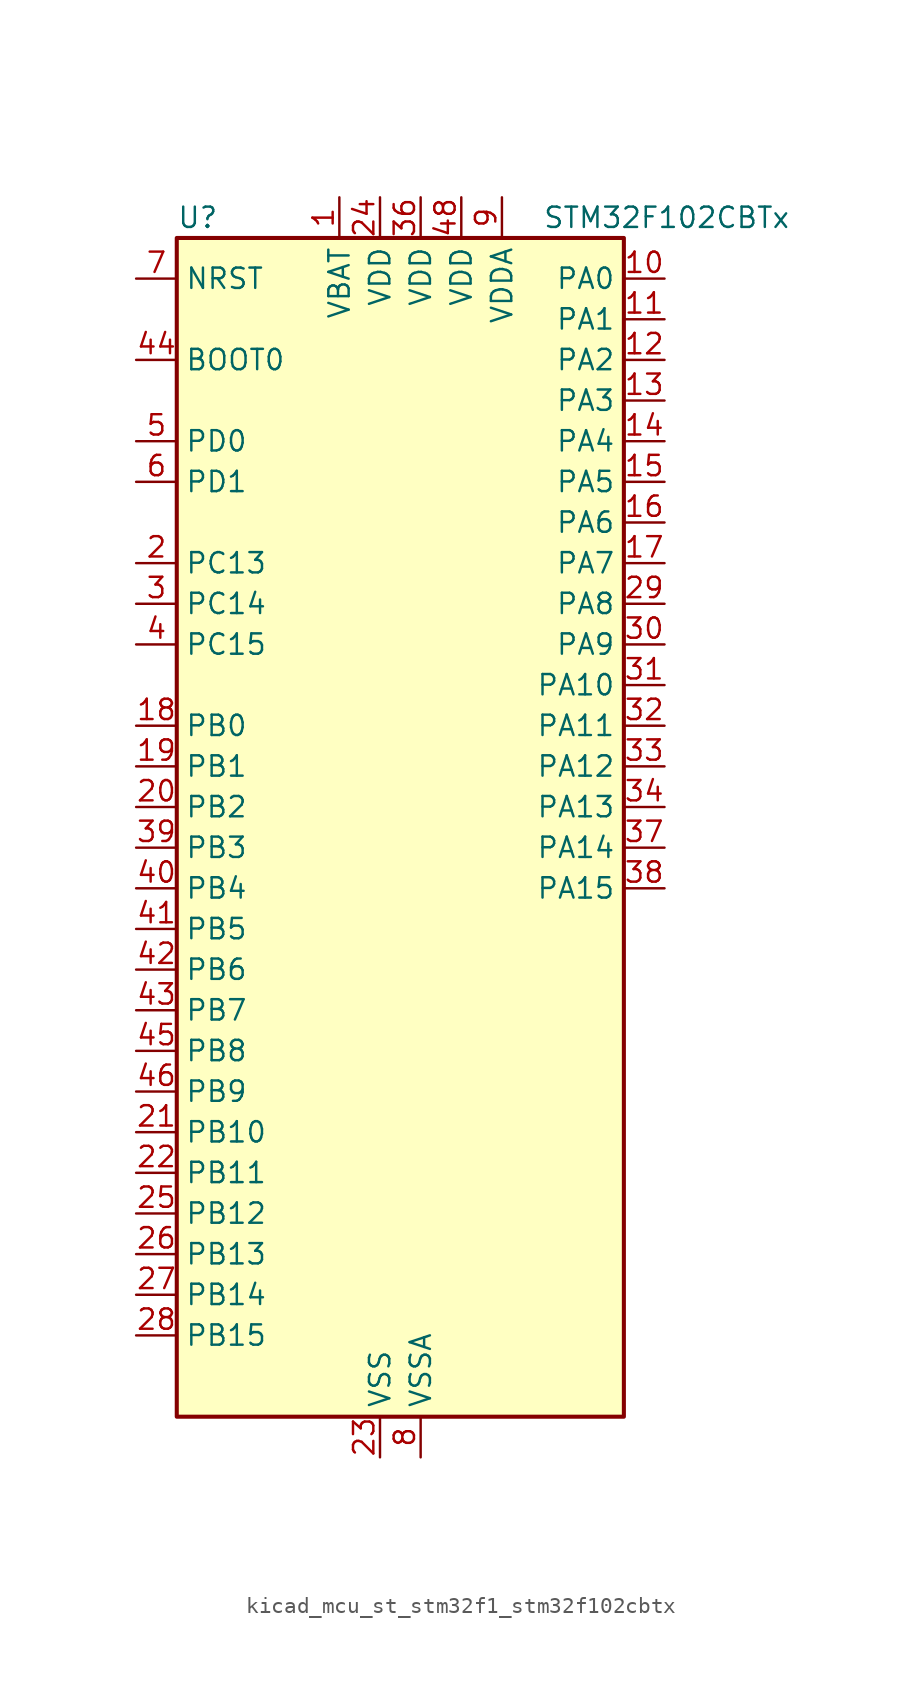
<source format=kicad_sym>
(kicad_symbol_lib
  (version 20220914)
  (generator kicad_symbol_editor)
  (symbol "kicad_mcu_st_stm32f1_stm32f102cbtx"
    (property "Reference" "U"
      (at -12.7 39.37 0)
      (effects (font (size 1.27 1.27)) (justify left)))
    (property "Value" "STM32F102CBTx"
      (at 10.16 39.37 0)
      (effects (font (size 1.27 1.27)) (justify left)))
    (property "ki_locked" ""
      (at 0 0 0)
      (effects (font (size 1.27 1.27))))
    (symbol "kicad_mcu_st_stm32f1_stm32f102cbtx_0_1"
      (rectangle (start -12.7 -35.56) (end 15.24 38.1) (stroke (width 0.254) (type default)) (fill (type background))))
    (symbol "kicad_mcu_st_stm32f1_stm32f102cbtx_1_1"
      (pin power_in line (at -2.54 40.64 270) (length 2.54) (name "VBAT" (effects (font (size 1.27 1.27)))) (number "1" (effects (font (size 1.27 1.27)))))
      (pin bidirectional line (at 17.78 35.56 180) (length 2.54) (name "PA0" (effects (font (size 1.27 1.27)))) (number "10" (effects (font (size 1.27 1.27)))) (alternate "ADC1_IN0" bidirectional line) (alternate "SYS_WKUP" bidirectional line) (alternate "TIM2_CH1" bidirectional line) (alternate "TIM2_ETR" bidirectional line) (alternate "USART2_CTS" bidirectional line))
      (pin bidirectional line (at 17.78 33.02 180) (length 2.54) (name "PA1" (effects (font (size 1.27 1.27)))) (number "11" (effects (font (size 1.27 1.27)))) (alternate "ADC1_IN1" bidirectional line) (alternate "TIM2_CH2" bidirectional line) (alternate "USART2_RTS" bidirectional line))
      (pin bidirectional line (at 17.78 30.48 180) (length 2.54) (name "PA2" (effects (font (size 1.27 1.27)))) (number "12" (effects (font (size 1.27 1.27)))) (alternate "ADC1_IN2" bidirectional line) (alternate "TIM2_CH3" bidirectional line) (alternate "USART2_TX" bidirectional line))
      (pin bidirectional line (at 17.78 27.94 180) (length 2.54) (name "PA3" (effects (font (size 1.27 1.27)))) (number "13" (effects (font (size 1.27 1.27)))) (alternate "ADC1_IN3" bidirectional line) (alternate "TIM2_CH4" bidirectional line) (alternate "USART2_RX" bidirectional line))
      (pin bidirectional line (at 17.78 25.4 180) (length 2.54) (name "PA4" (effects (font (size 1.27 1.27)))) (number "14" (effects (font (size 1.27 1.27)))) (alternate "ADC1_IN4" bidirectional line) (alternate "SPI1_NSS" bidirectional line) (alternate "USART2_CK" bidirectional line))
      (pin bidirectional line (at 17.78 22.86 180) (length 2.54) (name "PA5" (effects (font (size 1.27 1.27)))) (number "15" (effects (font (size 1.27 1.27)))) (alternate "ADC1_IN5" bidirectional line) (alternate "SPI1_SCK" bidirectional line))
      (pin bidirectional line (at 17.78 20.32 180) (length 2.54) (name "PA6" (effects (font (size 1.27 1.27)))) (number "16" (effects (font (size 1.27 1.27)))) (alternate "ADC1_IN6" bidirectional line) (alternate "SPI1_MISO" bidirectional line) (alternate "TIM3_CH1" bidirectional line))
      (pin bidirectional line (at 17.78 17.78 180) (length 2.54) (name "PA7" (effects (font (size 1.27 1.27)))) (number "17" (effects (font (size 1.27 1.27)))) (alternate "ADC1_IN7" bidirectional line) (alternate "SPI1_MOSI" bidirectional line) (alternate "TIM3_CH2" bidirectional line))
      (pin bidirectional line (at -15.24 7.62 0) (length 2.54) (name "PB0" (effects (font (size 1.27 1.27)))) (number "18" (effects (font (size 1.27 1.27)))) (alternate "ADC1_IN8" bidirectional line) (alternate "TIM3_CH3" bidirectional line))
      (pin bidirectional line (at -15.24 5.08 0) (length 2.54) (name "PB1" (effects (font (size 1.27 1.27)))) (number "19" (effects (font (size 1.27 1.27)))) (alternate "ADC1_IN9" bidirectional line) (alternate "TIM3_CH4" bidirectional line))
      (pin bidirectional line (at -15.24 17.78 0) (length 2.54) (name "PC13" (effects (font (size 1.27 1.27)))) (number "2" (effects (font (size 1.27 1.27)))) (alternate "RTC_OUT" bidirectional line) (alternate "RTC_TAMPER" bidirectional line))
      (pin bidirectional line (at -15.24 2.54 0) (length 2.54) (name "PB2" (effects (font (size 1.27 1.27)))) (number "20" (effects (font (size 1.27 1.27)))))
      (pin bidirectional line (at -15.24 -17.78 0) (length 2.54) (name "PB10" (effects (font (size 1.27 1.27)))) (number "21" (effects (font (size 1.27 1.27)))) (alternate "I2C2_SCL" bidirectional line) (alternate "TIM2_CH3" bidirectional line) (alternate "USART3_TX" bidirectional line))
      (pin bidirectional line (at -15.24 -20.32 0) (length 2.54) (name "PB11" (effects (font (size 1.27 1.27)))) (number "22" (effects (font (size 1.27 1.27)))) (alternate "ADC1_EXTI11" bidirectional line) (alternate "I2C2_SDA" bidirectional line) (alternate "TIM2_CH4" bidirectional line) (alternate "USART3_RX" bidirectional line))
      (pin power_in line (at 0 -38.1 90) (length 2.54) (name "VSS" (effects (font (size 1.27 1.27)))) (number "23" (effects (font (size 1.27 1.27)))))
      (pin power_in line (at 0 40.64 270) (length 2.54) (name "VDD" (effects (font (size 1.27 1.27)))) (number "24" (effects (font (size 1.27 1.27)))))
      (pin bidirectional line (at -15.24 -22.86 0) (length 2.54) (name "PB12" (effects (font (size 1.27 1.27)))) (number "25" (effects (font (size 1.27 1.27)))) (alternate "I2C2_SMBA" bidirectional line) (alternate "SPI2_NSS" bidirectional line) (alternate "USART3_CK" bidirectional line))
      (pin bidirectional line (at -15.24 -25.4 0) (length 2.54) (name "PB13" (effects (font (size 1.27 1.27)))) (number "26" (effects (font (size 1.27 1.27)))) (alternate "SPI2_SCK" bidirectional line) (alternate "USART3_CTS" bidirectional line))
      (pin bidirectional line (at -15.24 -27.94 0) (length 2.54) (name "PB14" (effects (font (size 1.27 1.27)))) (number "27" (effects (font (size 1.27 1.27)))) (alternate "SPI2_MISO" bidirectional line) (alternate "USART3_RTS" bidirectional line))
      (pin bidirectional line (at -15.24 -30.48 0) (length 2.54) (name "PB15" (effects (font (size 1.27 1.27)))) (number "28" (effects (font (size 1.27 1.27)))) (alternate "ADC1_EXTI15" bidirectional line) (alternate "SPI2_MOSI" bidirectional line))
      (pin bidirectional line (at 17.78 15.24 180) (length 2.54) (name "PA8" (effects (font (size 1.27 1.27)))) (number "29" (effects (font (size 1.27 1.27)))) (alternate "RCC_MCO" bidirectional line) (alternate "USART1_CK" bidirectional line))
      (pin bidirectional line (at -15.24 15.24 0) (length 2.54) (name "PC14" (effects (font (size 1.27 1.27)))) (number "3" (effects (font (size 1.27 1.27)))) (alternate "RCC_OSC32_IN" bidirectional line))
      (pin bidirectional line (at 17.78 12.7 180) (length 2.54) (name "PA9" (effects (font (size 1.27 1.27)))) (number "30" (effects (font (size 1.27 1.27)))) (alternate "USART1_TX" bidirectional line))
      (pin bidirectional line (at 17.78 10.16 180) (length 2.54) (name "PA10" (effects (font (size 1.27 1.27)))) (number "31" (effects (font (size 1.27 1.27)))) (alternate "USART1_RX" bidirectional line))
      (pin bidirectional line (at 17.78 7.62 180) (length 2.54) (name "PA11" (effects (font (size 1.27 1.27)))) (number "32" (effects (font (size 1.27 1.27)))) (alternate "ADC1_EXTI11" bidirectional line) (alternate "USART1_CTS" bidirectional line) (alternate "USB_DM" bidirectional line))
      (pin bidirectional line (at 17.78 5.08 180) (length 2.54) (name "PA12" (effects (font (size 1.27 1.27)))) (number "33" (effects (font (size 1.27 1.27)))) (alternate "USART1_RTS" bidirectional line) (alternate "USB_DP" bidirectional line))
      (pin bidirectional line (at 17.78 2.54 180) (length 2.54) (name "PA13" (effects (font (size 1.27 1.27)))) (number "34" (effects (font (size 1.27 1.27)))) (alternate "SYS_JTMS-SWDIO" bidirectional line))
      (pin passive line (at 0 -38.1 90) (length 2.54) hide (name "VSS" (effects (font (size 1.27 1.27)))) (number "35" (effects (font (size 1.27 1.27)))))
      (pin power_in line (at 2.54 40.64 270) (length 2.54) (name "VDD" (effects (font (size 1.27 1.27)))) (number "36" (effects (font (size 1.27 1.27)))))
      (pin bidirectional line (at 17.78 0 180) (length 2.54) (name "PA14" (effects (font (size 1.27 1.27)))) (number "37" (effects (font (size 1.27 1.27)))) (alternate "SYS_JTCK-SWCLK" bidirectional line))
      (pin bidirectional line (at 17.78 -2.54 180) (length 2.54) (name "PA15" (effects (font (size 1.27 1.27)))) (number "38" (effects (font (size 1.27 1.27)))) (alternate "ADC1_EXTI15" bidirectional line) (alternate "SPI1_NSS" bidirectional line) (alternate "SYS_JTDI" bidirectional line) (alternate "TIM2_CH1" bidirectional line) (alternate "TIM2_ETR" bidirectional line))
      (pin bidirectional line (at -15.24 0 0) (length 2.54) (name "PB3" (effects (font (size 1.27 1.27)))) (number "39" (effects (font (size 1.27 1.27)))) (alternate "SPI1_SCK" bidirectional line) (alternate "SYS_JTDO-TRACESWO" bidirectional line) (alternate "TIM2_CH2" bidirectional line))
      (pin bidirectional line (at -15.24 12.7 0) (length 2.54) (name "PC15" (effects (font (size 1.27 1.27)))) (number "4" (effects (font (size 1.27 1.27)))) (alternate "ADC1_EXTI15" bidirectional line) (alternate "RCC_OSC32_OUT" bidirectional line))
      (pin bidirectional line (at -15.24 -2.54 0) (length 2.54) (name "PB4" (effects (font (size 1.27 1.27)))) (number "40" (effects (font (size 1.27 1.27)))) (alternate "SPI1_MISO" bidirectional line) (alternate "SYS_NJTRST" bidirectional line) (alternate "TIM3_CH1" bidirectional line))
      (pin bidirectional line (at -15.24 -5.08 0) (length 2.54) (name "PB5" (effects (font (size 1.27 1.27)))) (number "41" (effects (font (size 1.27 1.27)))) (alternate "I2C1_SMBA" bidirectional line) (alternate "SPI1_MOSI" bidirectional line) (alternate "TIM3_CH2" bidirectional line))
      (pin bidirectional line (at -15.24 -7.62 0) (length 2.54) (name "PB6" (effects (font (size 1.27 1.27)))) (number "42" (effects (font (size 1.27 1.27)))) (alternate "I2C1_SCL" bidirectional line) (alternate "TIM4_CH1" bidirectional line) (alternate "USART1_TX" bidirectional line))
      (pin bidirectional line (at -15.24 -10.16 0) (length 2.54) (name "PB7" (effects (font (size 1.27 1.27)))) (number "43" (effects (font (size 1.27 1.27)))) (alternate "I2C1_SDA" bidirectional line) (alternate "TIM4_CH2" bidirectional line) (alternate "USART1_RX" bidirectional line))
      (pin input line (at -15.24 30.48 0) (length 2.54) (name "BOOT0" (effects (font (size 1.27 1.27)))) (number "44" (effects (font (size 1.27 1.27)))))
      (pin bidirectional line (at -15.24 -12.7 0) (length 2.54) (name "PB8" (effects (font (size 1.27 1.27)))) (number "45" (effects (font (size 1.27 1.27)))) (alternate "I2C1_SCL" bidirectional line) (alternate "TIM4_CH3" bidirectional line))
      (pin bidirectional line (at -15.24 -15.24 0) (length 2.54) (name "PB9" (effects (font (size 1.27 1.27)))) (number "46" (effects (font (size 1.27 1.27)))) (alternate "I2C1_SDA" bidirectional line) (alternate "TIM4_CH4" bidirectional line))
      (pin passive line (at 0 -38.1 90) (length 2.54) hide (name "VSS" (effects (font (size 1.27 1.27)))) (number "47" (effects (font (size 1.27 1.27)))))
      (pin power_in line (at 5.08 40.64 270) (length 2.54) (name "VDD" (effects (font (size 1.27 1.27)))) (number "48" (effects (font (size 1.27 1.27)))))
      (pin bidirectional line (at -15.24 25.4 0) (length 2.54) (name "PD0" (effects (font (size 1.27 1.27)))) (number "5" (effects (font (size 1.27 1.27)))) (alternate "RCC_OSC_IN" bidirectional line))
      (pin bidirectional line (at -15.24 22.86 0) (length 2.54) (name "PD1" (effects (font (size 1.27 1.27)))) (number "6" (effects (font (size 1.27 1.27)))) (alternate "RCC_OSC_OUT" bidirectional line))
      (pin input line (at -15.24 35.56 0) (length 2.54) (name "NRST" (effects (font (size 1.27 1.27)))) (number "7" (effects (font (size 1.27 1.27)))))
      (pin power_in line (at 2.54 -38.1 90) (length 2.54) (name "VSSA" (effects (font (size 1.27 1.27)))) (number "8" (effects (font (size 1.27 1.27)))))
      (pin power_in line (at 7.62 40.64 270) (length 2.54) (name "VDDA" (effects (font (size 1.27 1.27)))) (number "9" (effects (font (size 1.27 1.27))))))))
</source>
